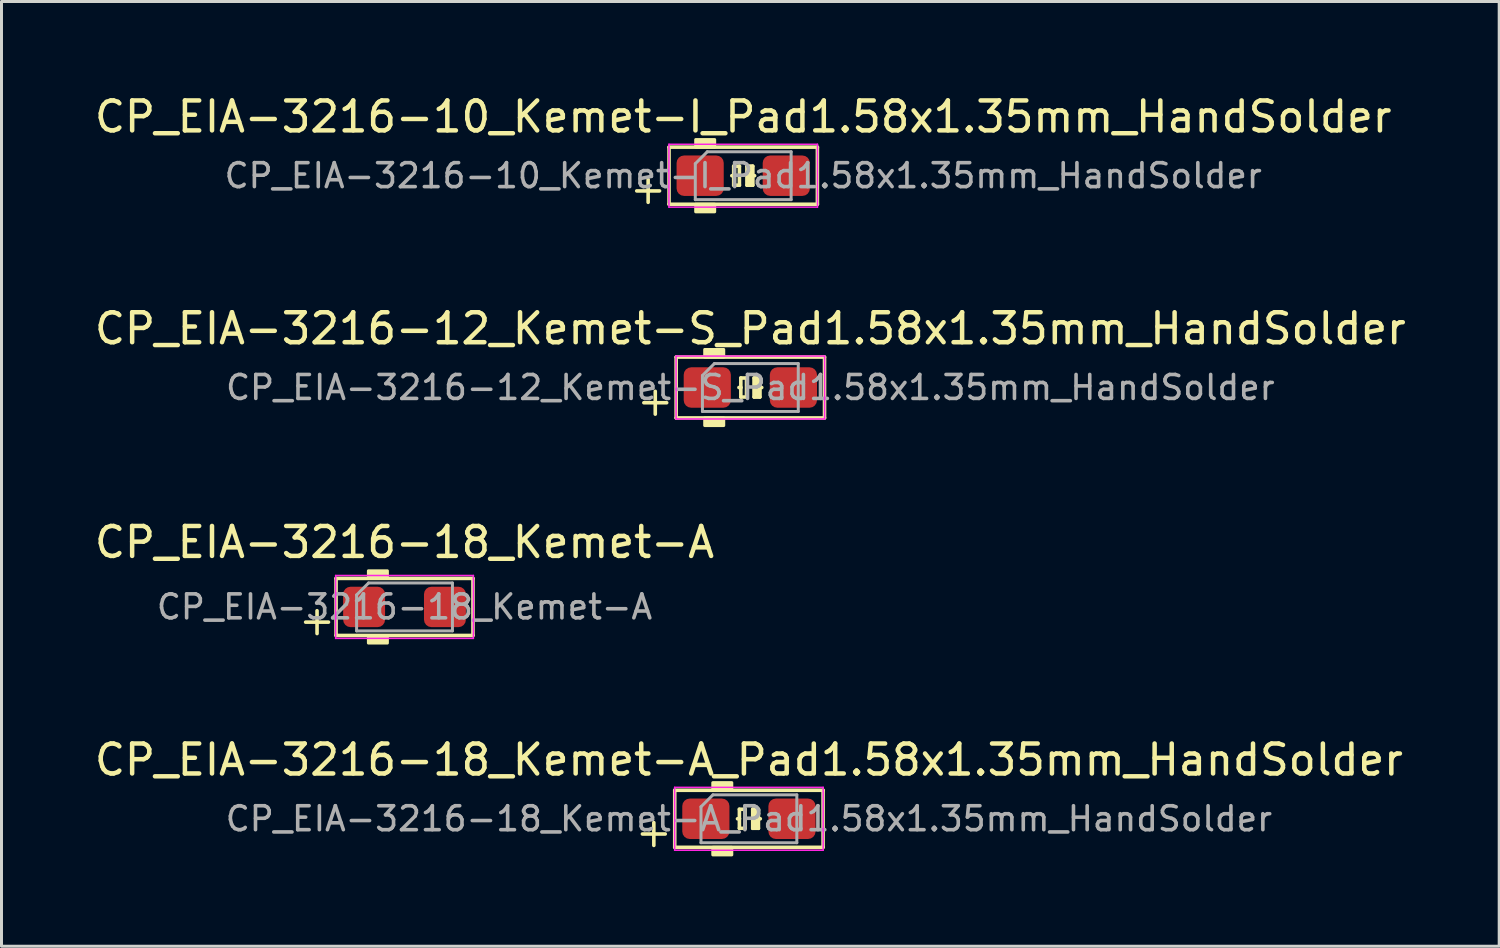
<source format=kicad_pcb>
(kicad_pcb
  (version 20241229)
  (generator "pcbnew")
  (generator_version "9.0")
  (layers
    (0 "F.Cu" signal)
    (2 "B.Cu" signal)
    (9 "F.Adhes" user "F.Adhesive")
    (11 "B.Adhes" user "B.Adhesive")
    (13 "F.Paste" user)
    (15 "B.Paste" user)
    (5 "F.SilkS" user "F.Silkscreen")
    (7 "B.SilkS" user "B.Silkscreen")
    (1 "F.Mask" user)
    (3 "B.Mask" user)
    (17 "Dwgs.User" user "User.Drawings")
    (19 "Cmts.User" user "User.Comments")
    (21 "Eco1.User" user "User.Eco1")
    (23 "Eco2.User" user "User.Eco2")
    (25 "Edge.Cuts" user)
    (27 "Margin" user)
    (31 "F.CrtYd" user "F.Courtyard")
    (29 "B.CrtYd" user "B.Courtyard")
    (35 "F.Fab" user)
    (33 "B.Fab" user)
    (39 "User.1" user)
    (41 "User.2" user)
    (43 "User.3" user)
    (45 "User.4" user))
  (footprint "CP_EIA-3216-12_Kemet-S_Pad1.58x1.35mm_HandSolder"
    (layer "F.Cu")
    (at 22.006 9.89)
    (property "Reference" "CP_EIA-3216-12_Kemet-S_Pad1.58x1.35mm_HandSolder" (at 0 -1.968 0) (layer "F.SilkS") (effects (font (size 1 1) (thickness 0.15))))
    (attr smd)
    (fp_line (start -3.556 0.508) (end -2.794 0.508) (stroke (width 0.12) (type solid)) (layer "F.SilkS"))
    (fp_line (start -3.175 0.127) (end -3.175 0.889) (stroke (width 0.12) (type solid)) (layer "F.SilkS"))
    (fp_line (start -2.477 -1.016) (end -2.477 1.016) (stroke (width 0.12) (type solid)) (layer "F.SilkS"))
    (fp_line (start -2.477 1.016) (end 2.477 1.016) (stroke (width 0.12) (type solid)) (layer "F.SilkS"))
    (fp_line (start -0.381 0) (end -0.318 0) (stroke (width 0.12) (type solid)) (layer "F.SilkS"))
    (fp_line (start -0.318 -0.318) (end -0.318 0) (stroke (width 0.12) (type solid)) (layer "F.SilkS"))
    (fp_line (start -0.318 0) (end -0.318 0.318) (stroke (width 0.12) (type solid)) (layer "F.SilkS"))
    (fp_line (start -0.318 0.318) (end -0.127 0.318) (stroke (width 0.12) (type solid)) (layer "F.SilkS"))
    (fp_line (start -0.127 -0.318) (end -0.318 -0.318) (stroke (width 0.12) (type solid)) (layer "F.SilkS"))
    (fp_line (start -0.127 0.318) (end -0.127 -0.318) (stroke (width 0.12) (type solid)) (layer "F.SilkS"))
    (fp_line (start 0.127 -0.318) (end 0.127 0.318) (stroke (width 0.12) (type solid)) (layer "F.SilkS"))
    (fp_line (start 0.127 0.318) (end 0.318 0.318) (stroke (width 0.12) (type solid)) (layer "F.SilkS"))
    (fp_line (start 0.318 -0.318) (end 0.127 -0.318) (stroke (width 0.12) (type solid)) (layer "F.SilkS"))
    (fp_line (start 0.318 0) (end 0.318 -0.318) (stroke (width 0.12) (type solid)) (layer "F.SilkS"))
    (fp_line (start 0.318 0.318) (end 0.318 0) (stroke (width 0.12) (type solid)) (layer "F.SilkS"))
    (fp_line (start 0.381 0) (end 0.318 0) (stroke (width 0.12) (type solid)) (layer "F.SilkS"))
    (fp_line (start 2.477 -1.016) (end -2.477 -1.016) (stroke (width 0.12) (type solid)) (layer "F.SilkS"))
    (fp_line (start 2.477 1.016) (end 2.477 -1.016) (stroke (width 0.12) (type solid)) (layer "F.SilkS"))
    (fp_poly (pts (xy -0.889 -1.016) (xy -1.524 -1.016) (xy -1.524 -1.27) (xy -0.889 -1.27)) (stroke (width 0.1) (type solid)) (fill yes) (layer "F.SilkS"))
    (fp_poly (pts (xy -0.889 1.27) (xy -1.524 1.27) (xy -1.524 1.016) (xy -0.889 1.016)) (stroke (width 0.1) (type solid)) (fill yes) (layer "F.SilkS"))
    (fp_poly (pts (xy 0.318 0.318) (xy 0.127 0.318) (xy 0.127 -0.318) (xy 0.318 -0.318)) (stroke (width 0.1) (type solid)) (fill yes) (layer "F.SilkS"))
    (fp_line (start -2.48 -1.05) (end 2.48 -1.05) (stroke (width 0.05) (type solid)) (layer "F.CrtYd"))
    (fp_line (start -2.48 1.05) (end -2.48 -1.05) (stroke (width 0.05) (type solid)) (layer "F.CrtYd"))
    (fp_line (start 2.48 -1.05) (end 2.48 1.05) (stroke (width 0.05) (type solid)) (layer "F.CrtYd"))
    (fp_line (start 2.48 1.05) (end -2.48 1.05) (stroke (width 0.05) (type solid)) (layer "F.CrtYd"))
    (fp_line (start -1.6 -0.4) (end -1.6 0.8) (stroke (width 0.1) (type solid)) (layer "F.Fab"))
    (fp_line (start -1.6 0.8) (end 1.6 0.8) (stroke (width 0.1) (type solid)) (layer "F.Fab"))
    (fp_line (start -1.2 -0.8) (end -1.6 -0.4) (stroke (width 0.1) (type solid)) (layer "F.Fab"))
    (fp_line (start 1.6 -0.8) (end -1.2 -0.8) (stroke (width 0.1) (type solid)) (layer "F.Fab"))
    (fp_line (start 1.6 0.8) (end 1.6 -0.8) (stroke (width 0.1) (type solid)) (layer "F.Fab"))
    (fp_text user "${REFERENCE}" (at 0 0 0) (layer "F.Fab") (effects (font (size 0.8 0.8) (thickness 0.12))))
    (pad "1" smd roundrect (at -1.438 0) (size 1.575 1.35) (layers "F.Cu" "F.Mask" "F.Paste") (roundrect_rratio 0.185))
    (pad "2" smd roundrect (at 1.438 0) (size 1.575 1.35) (layers "F.Cu" "F.Mask" "F.Paste") (roundrect_rratio 0.185)))
  (footprint "CP_EIA-3216-18_Kemet-A_Pad1.58x1.35mm_HandSolder"
    (layer "F.Cu")
    (at 21.958 24.291)
    (property "Reference" "CP_EIA-3216-18_Kemet-A_Pad1.58x1.35mm_HandSolder" (at 0 -1.968 0) (layer "F.SilkS") (effects (font (size 1 1) (thickness 0.15))))
    (attr smd)
    (fp_line (start -3.556 0.508) (end -2.794 0.508) (stroke (width 0.12) (type solid)) (layer "F.SilkS"))
    (fp_line (start -3.175 0.127) (end -3.175 0.889) (stroke (width 0.12) (type solid)) (layer "F.SilkS"))
    (fp_line (start -2.477 -0.953) (end -2.477 0.953) (stroke (width 0.12) (type solid)) (layer "F.SilkS"))
    (fp_line (start -2.477 0.953) (end 2.477 0.953) (stroke (width 0.12) (type solid)) (layer "F.SilkS"))
    (fp_line (start -0.381 0) (end -0.318 0) (stroke (width 0.12) (type solid)) (layer "F.SilkS"))
    (fp_line (start -0.318 -0.318) (end -0.318 0) (stroke (width 0.12) (type solid)) (layer "F.SilkS"))
    (fp_line (start -0.318 0) (end -0.318 0.318) (stroke (width 0.12) (type solid)) (layer "F.SilkS"))
    (fp_line (start -0.318 0.318) (end -0.127 0.318) (stroke (width 0.12) (type solid)) (layer "F.SilkS"))
    (fp_line (start -0.127 -0.318) (end -0.318 -0.318) (stroke (width 0.12) (type solid)) (layer "F.SilkS"))
    (fp_line (start -0.127 0.318) (end -0.127 -0.318) (stroke (width 0.12) (type solid)) (layer "F.SilkS"))
    (fp_line (start 0.127 -0.318) (end 0.127 0.318) (stroke (width 0.12) (type solid)) (layer "F.SilkS"))
    (fp_line (start 0.127 0.318) (end 0.318 0.318) (stroke (width 0.12) (type solid)) (layer "F.SilkS"))
    (fp_line (start 0.318 -0.318) (end 0.127 -0.318) (stroke (width 0.12) (type solid)) (layer "F.SilkS"))
    (fp_line (start 0.318 0) (end 0.318 -0.318) (stroke (width 0.12) (type solid)) (layer "F.SilkS"))
    (fp_line (start 0.318 0.318) (end 0.318 0) (stroke (width 0.12) (type solid)) (layer "F.SilkS"))
    (fp_line (start 0.381 0) (end 0.318 0) (stroke (width 0.12) (type solid)) (layer "F.SilkS"))
    (fp_line (start 2.477 -0.953) (end -2.477 -0.953) (stroke (width 0.12) (type solid)) (layer "F.SilkS"))
    (fp_line (start 2.477 0.953) (end 2.477 -0.953) (stroke (width 0.12) (type solid)) (layer "F.SilkS"))
    (fp_poly (pts (xy -0.572 -0.953) (xy -1.206 -0.953) (xy -1.206 -1.206) (xy -0.572 -1.206)) (stroke (width 0.1) (type solid)) (fill yes) (layer "F.SilkS"))
    (fp_poly (pts (xy -0.572 1.206) (xy -1.206 1.206) (xy -1.206 0.953) (xy -0.572 0.953)) (stroke (width 0.1) (type solid)) (fill yes) (layer "F.SilkS"))
    (fp_poly (pts (xy 0.318 0.318) (xy 0.127 0.318) (xy 0.127 -0.318) (xy 0.318 -0.318)) (stroke (width 0.1) (type solid)) (fill yes) (layer "F.SilkS"))
    (fp_line (start -2.48 -1.05) (end 2.48 -1.05) (stroke (width 0.05) (type solid)) (layer "F.CrtYd"))
    (fp_line (start -2.48 1.05) (end -2.48 -1.05) (stroke (width 0.05) (type solid)) (layer "F.CrtYd"))
    (fp_line (start 2.48 -1.05) (end 2.48 1.05) (stroke (width 0.05) (type solid)) (layer "F.CrtYd"))
    (fp_line (start 2.48 1.05) (end -2.48 1.05) (stroke (width 0.05) (type solid)) (layer "F.CrtYd"))
    (fp_line (start -1.6 -0.4) (end -1.6 0.8) (stroke (width 0.1) (type solid)) (layer "F.Fab"))
    (fp_line (start -1.6 0.8) (end 1.6 0.8) (stroke (width 0.1) (type solid)) (layer "F.Fab"))
    (fp_line (start -1.2 -0.8) (end -1.6 -0.4) (stroke (width 0.1) (type solid)) (layer "F.Fab"))
    (fp_line (start 1.6 -0.8) (end -1.2 -0.8) (stroke (width 0.1) (type solid)) (layer "F.Fab"))
    (fp_line (start 1.6 0.8) (end 1.6 -0.8) (stroke (width 0.1) (type solid)) (layer "F.Fab"))
    (fp_text user "${REFERENCE}" (at 0 0 0) (layer "F.Fab") (effects (font (size 0.8 0.8) (thickness 0.12))))
    (pad "1" smd roundrect (at -1.438 0) (size 1.575 1.35) (layers "F.Cu" "F.Mask" "F.Paste") (roundrect_rratio 0.185))
    (pad "2" smd roundrect (at 1.438 0) (size 1.575 1.35) (layers "F.Cu" "F.Mask" "F.Paste") (roundrect_rratio 0.185)))
  (footprint "CP_EIA-3216-18_Kemet-A"
    (layer "F.Cu")
    (at 10.458 17.217)
    (property "Reference" "CP_EIA-3216-18_Kemet-A" (at 0 -2.159 0) (layer "F.SilkS") (effects (font (size 1 1) (thickness 0.15))))
    (attr smd)
    (fp_line (start -3.302 0.508) (end -2.54 0.508) (stroke (width 0.12) (type solid)) (layer "F.SilkS"))
    (fp_line (start -2.921 0.127) (end -2.921 0.889) (stroke (width 0.12) (type solid)) (layer "F.SilkS"))
    (fp_line (start -2.286 -0.953) (end -2.286 0.953) (stroke (width 0.12) (type solid)) (layer "F.SilkS"))
    (fp_line (start -2.286 0.953) (end 2.286 0.953) (stroke (width 0.12) (type solid)) (layer "F.SilkS"))
    (fp_line (start 2.286 -0.953) (end -2.286 -0.953) (stroke (width 0.12) (type solid)) (layer "F.SilkS"))
    (fp_line (start 2.286 0.953) (end 2.286 -0.953) (stroke (width 0.12) (type solid)) (layer "F.SilkS"))
    (fp_poly (pts (xy -0.572 -0.953) (xy -1.206 -0.953) (xy -1.206 -1.206) (xy -0.572 -1.206)) (stroke (width 0.1) (type solid)) (fill yes) (layer "F.SilkS"))
    (fp_poly (pts (xy -0.572 1.206) (xy -1.206 1.206) (xy -1.206 0.953) (xy -0.572 0.953)) (stroke (width 0.1) (type solid)) (fill yes) (layer "F.SilkS"))
    (fp_line (start -2.3 -1.05) (end 2.3 -1.05) (stroke (width 0.05) (type solid)) (layer "F.CrtYd"))
    (fp_line (start -2.3 1.05) (end -2.3 -1.05) (stroke (width 0.05) (type solid)) (layer "F.CrtYd"))
    (fp_line (start 2.3 -1.05) (end 2.3 1.05) (stroke (width 0.05) (type solid)) (layer "F.CrtYd"))
    (fp_line (start 2.3 1.05) (end -2.3 1.05) (stroke (width 0.05) (type solid)) (layer "F.CrtYd"))
    (fp_line (start -1.6 -0.4) (end -1.6 0.8) (stroke (width 0.1) (type solid)) (layer "F.Fab"))
    (fp_line (start -1.6 0.8) (end 1.6 0.8) (stroke (width 0.1) (type solid)) (layer "F.Fab"))
    (fp_line (start -1.2 -0.8) (end -1.6 -0.4) (stroke (width 0.1) (type solid)) (layer "F.Fab"))
    (fp_line (start 1.6 -0.8) (end -1.2 -0.8) (stroke (width 0.1) (type solid)) (layer "F.Fab"))
    (fp_line (start 1.6 0.8) (end 1.6 -0.8) (stroke (width 0.1) (type solid)) (layer "F.Fab"))
    (fp_text user "${REFERENCE}" (at 0 0 0) (layer "F.Fab") (effects (font (size 0.8 0.8) (thickness 0.12))))
    (pad "1" smd roundrect (at -1.35 0) (size 1.4 1.35) (layers "F.Cu" "F.Mask" "F.Paste") (roundrect_rratio 0.185))
    (pad "2" smd roundrect (at 1.35 0) (size 1.4 1.35) (layers "F.Cu" "F.Mask" "F.Paste") (roundrect_rratio 0.185)))
  (footprint "CP_EIA-3216-10_Kemet-I_Pad1.58x1.35mm_HandSolder"
    (layer "F.Cu")
    (at 21.768 2.817)
    (property "Reference" "CP_EIA-3216-10_Kemet-I_Pad1.58x1.35mm_HandSolder" (at 0 -1.968 0) (layer "F.SilkS") (effects (font (size 1 1) (thickness 0.15))))
    (attr smd)
    (fp_line (start -3.556 0.508) (end -2.794 0.508) (stroke (width 0.12) (type solid)) (layer "F.SilkS"))
    (fp_line (start -3.175 0.127) (end -3.175 0.889) (stroke (width 0.12) (type solid)) (layer "F.SilkS"))
    (fp_line (start -2.477 -0.953) (end -2.477 0.953) (stroke (width 0.12) (type solid)) (layer "F.SilkS"))
    (fp_line (start -2.477 0.953) (end 2.477 0.953) (stroke (width 0.12) (type solid)) (layer "F.SilkS"))
    (fp_line (start -0.381 0) (end -0.318 0) (stroke (width 0.12) (type solid)) (layer "F.SilkS"))
    (fp_line (start -0.318 -0.318) (end -0.318 0) (stroke (width 0.12) (type solid)) (layer "F.SilkS"))
    (fp_line (start -0.318 0) (end -0.318 0.318) (stroke (width 0.12) (type solid)) (layer "F.SilkS"))
    (fp_line (start -0.318 0.318) (end -0.127 0.318) (stroke (width 0.12) (type solid)) (layer "F.SilkS"))
    (fp_line (start -0.127 -0.318) (end -0.318 -0.318) (stroke (width 0.12) (type solid)) (layer "F.SilkS"))
    (fp_line (start -0.127 0.318) (end -0.127 -0.318) (stroke (width 0.12) (type solid)) (layer "F.SilkS"))
    (fp_line (start 0.127 -0.318) (end 0.127 0.318) (stroke (width 0.12) (type solid)) (layer "F.SilkS"))
    (fp_line (start 0.127 0.318) (end 0.318 0.318) (stroke (width 0.12) (type solid)) (layer "F.SilkS"))
    (fp_line (start 0.318 -0.318) (end 0.127 -0.318) (stroke (width 0.12) (type solid)) (layer "F.SilkS"))
    (fp_line (start 0.318 0) (end 0.318 -0.318) (stroke (width 0.12) (type solid)) (layer "F.SilkS"))
    (fp_line (start 0.318 0.318) (end 0.318 0) (stroke (width 0.12) (type solid)) (layer "F.SilkS"))
    (fp_line (start 0.381 0) (end 0.318 0) (stroke (width 0.12) (type solid)) (layer "F.SilkS"))
    (fp_line (start 2.477 -0.953) (end -2.477 -0.953) (stroke (width 0.12) (type solid)) (layer "F.SilkS"))
    (fp_line (start 2.477 0.953) (end 2.477 -0.953) (stroke (width 0.12) (type solid)) (layer "F.SilkS"))
    (fp_poly (pts (xy -0.953 -0.953) (xy -1.587 -0.953) (xy -1.587 -1.206) (xy -0.953 -1.206)) (stroke (width 0.1) (type solid)) (fill yes) (layer "F.SilkS"))
    (fp_poly (pts (xy -0.953 1.206) (xy -1.587 1.206) (xy -1.587 0.953) (xy -0.953 0.953)) (stroke (width 0.1) (type solid)) (fill yes) (layer "F.SilkS"))
    (fp_poly (pts (xy 0.318 0.318) (xy 0.127 0.318) (xy 0.127 -0.318) (xy 0.318 -0.318)) (stroke (width 0.1) (type solid)) (fill yes) (layer "F.SilkS"))
    (fp_line (start -2.48 -1.05) (end 2.48 -1.05) (stroke (width 0.05) (type solid)) (layer "F.CrtYd"))
    (fp_line (start -2.48 1.05) (end -2.48 -1.05) (stroke (width 0.05) (type solid)) (layer "F.CrtYd"))
    (fp_line (start 2.48 -1.05) (end 2.48 1.05) (stroke (width 0.05) (type solid)) (layer "F.CrtYd"))
    (fp_line (start 2.48 1.05) (end -2.48 1.05) (stroke (width 0.05) (type solid)) (layer "F.CrtYd"))
    (fp_line (start -1.6 -0.4) (end -1.6 0.8) (stroke (width 0.1) (type solid)) (layer "F.Fab"))
    (fp_line (start -1.6 0.8) (end 1.6 0.8) (stroke (width 0.1) (type solid)) (layer "F.Fab"))
    (fp_line (start -1.2 -0.8) (end -1.6 -0.4) (stroke (width 0.1) (type solid)) (layer "F.Fab"))
    (fp_line (start 1.6 -0.8) (end -1.2 -0.8) (stroke (width 0.1) (type solid)) (layer "F.Fab"))
    (fp_line (start 1.6 0.8) (end 1.6 -0.8) (stroke (width 0.1) (type solid)) (layer "F.Fab"))
    (fp_text user "${REFERENCE}" (at 0 0 0) (layer "F.Fab") (effects (font (size 0.8 0.8) (thickness 0.12))))
    (pad "1" smd roundrect (at -1.438 0) (size 1.575 1.35) (layers "F.Cu" "F.Mask" "F.Paste") (roundrect_rratio 0.185))
    (pad "2" smd roundrect (at 1.438 0) (size 1.575 1.35) (layers "F.Cu" "F.Mask" "F.Paste") (roundrect_rratio 0.185)))
  (gr_rect
    (start -3 -3)
    (end 47.012 28.547)
    (stroke (width 0.1) (type default))
    (fill no)
    (layer "Edge.Cuts")))
</source>
